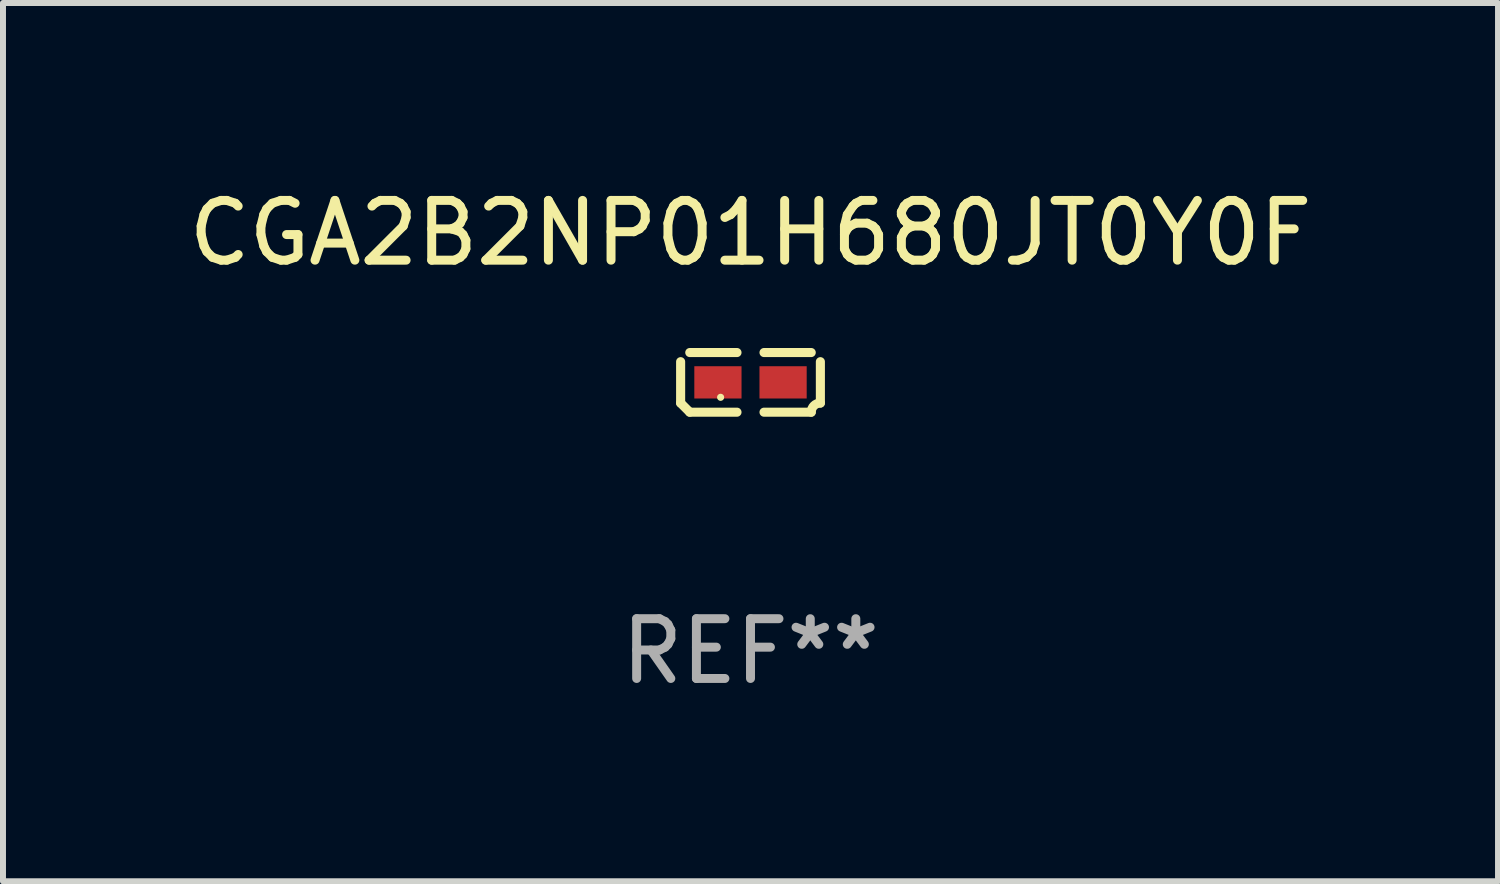
<source format=kicad_pcb>
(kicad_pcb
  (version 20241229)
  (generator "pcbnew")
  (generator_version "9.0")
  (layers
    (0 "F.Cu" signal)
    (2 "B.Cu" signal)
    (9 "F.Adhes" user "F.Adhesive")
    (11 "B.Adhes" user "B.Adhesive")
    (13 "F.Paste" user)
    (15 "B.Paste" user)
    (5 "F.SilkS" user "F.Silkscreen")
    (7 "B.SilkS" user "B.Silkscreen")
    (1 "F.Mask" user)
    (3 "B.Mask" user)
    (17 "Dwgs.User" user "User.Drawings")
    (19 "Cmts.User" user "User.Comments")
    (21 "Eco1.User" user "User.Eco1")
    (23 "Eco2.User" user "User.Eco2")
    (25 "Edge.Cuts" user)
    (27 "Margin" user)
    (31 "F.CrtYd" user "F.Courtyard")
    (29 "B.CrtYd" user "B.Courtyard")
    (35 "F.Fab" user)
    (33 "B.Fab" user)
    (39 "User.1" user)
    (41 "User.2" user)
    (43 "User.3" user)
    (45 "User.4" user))
  (footprint "CGA2B2NP01H680JT0Y0F"
    (layer "F.Cu")
    (at 9.506 3.347)
    (property "Reference" "CGA2B2NP01H680JT0Y0F" (at 0 -2.499 0) (layer "F.SilkS") (effects (font (size 1 1) (thickness 0.15))))
    (attr through_hole)
    (fp_line (start -1.169 0.346) (end -1.169 -0.346) (stroke (width 0.152) (type solid)) (layer "F.SilkS"))
    (fp_line (start -1.016 -0.499) (end -0.226 -0.499) (stroke (width 0.152) (type solid)) (layer "F.SilkS"))
    (fp_line (start -0.226 0.499) (end -1.016 0.499) (stroke (width 0.152) (type solid)) (layer "F.SilkS"))
    (fp_line (start 0.226 0.499) (end 1.016 0.499) (stroke (width 0.152) (type solid)) (layer "F.SilkS"))
    (fp_line (start 1.016 -0.499) (end 0.226 -0.499) (stroke (width 0.152) (type solid)) (layer "F.SilkS"))
    (fp_line (start 1.169 0.346) (end 1.169 -0.346) (stroke (width 0.152) (type solid)) (layer "F.SilkS"))
    (fp_arc (start -1.016307 0.498603) (mid -1.092512 0.422405) (end -1.16871 0.3462) (stroke (width 0.1524) (type solid)) (layer "F.SilkS"))
    (fp_arc (start 1.016307 0.498603) (mid 1.060899 0.390758) (end 1.168707 0.346076) (stroke (width 0.1524) (type solid)) (layer "F.SilkS"))
    (fp_circle (center -0.5 0.25) (end -0.47 0.25) (stroke (width 0.06) (type solid)) (fill no) (layer "F.SilkS"))
    (fp_text user "REF**" (at 0 4.499 0) (layer "F.Fab") (effects (font (size 1 1) (thickness 0.15))))
    (pad "1" smd rect (at -0.545 0) (size 0.79 0.54) (layers "F.Cu" "F.Mask" "F.Paste"))
    (pad "2" smd rect (at 0.545 0) (size 0.79 0.54) (layers "F.Cu" "F.Mask" "F.Paste")))
  (gr_rect
    (start -3 -3)
    (end 22.012 11.694)
    (stroke (width 0.1) (type default))
    (fill no)
    (layer "Edge.Cuts")))
</source>
